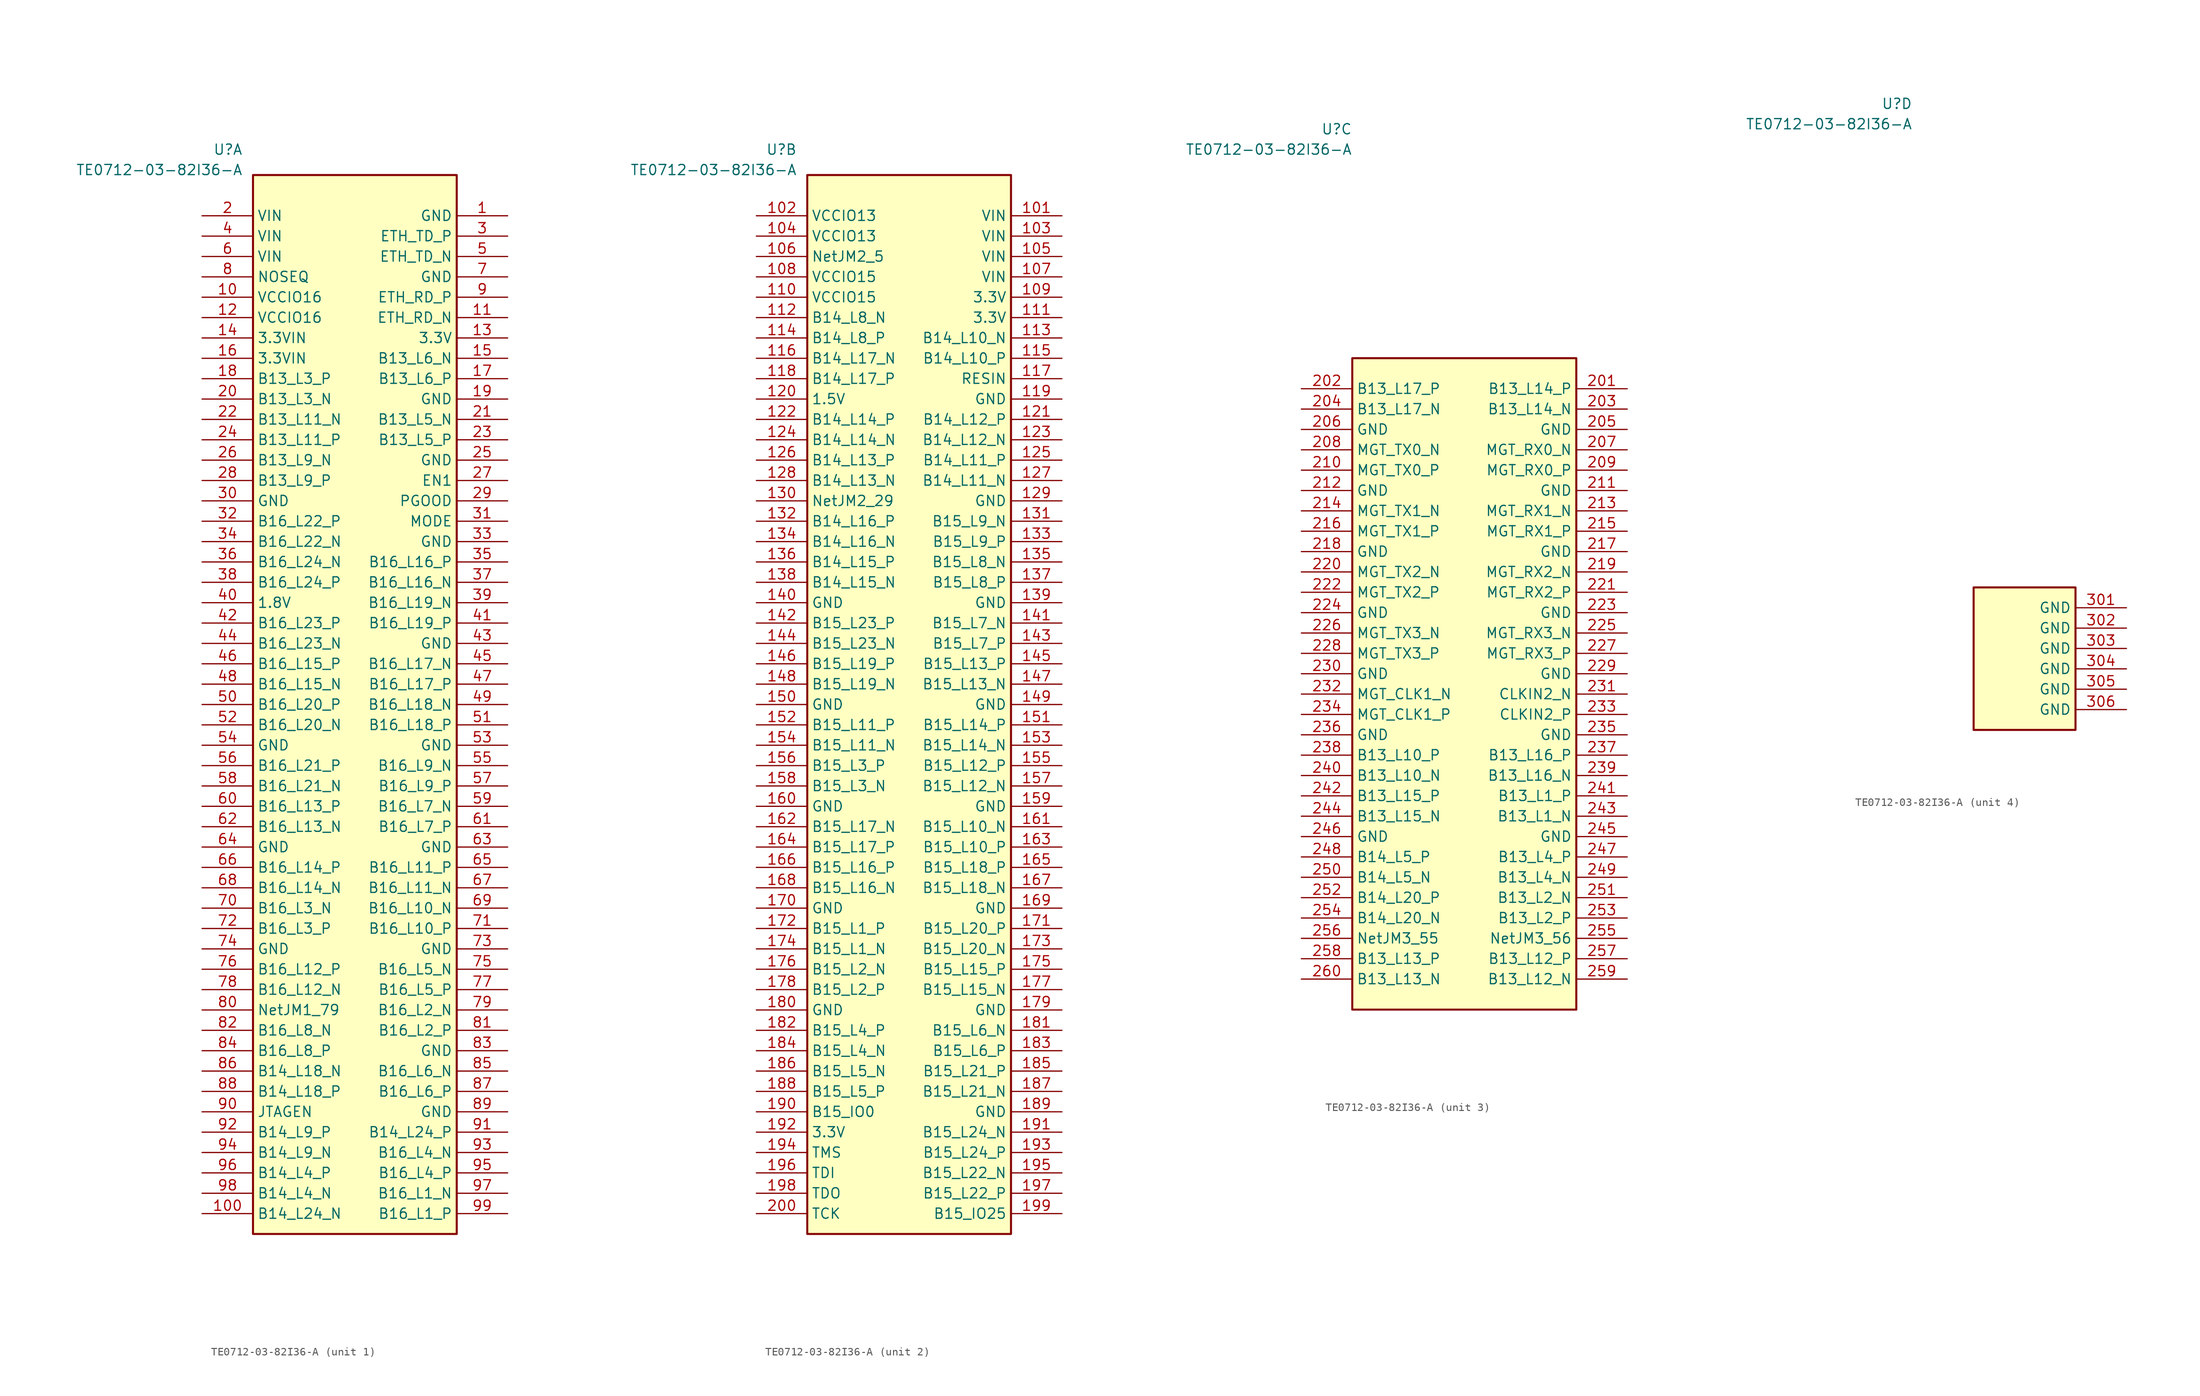
<source format=kicad_sym>
(kicad_symbol_lib
  (version 20241209)
  (generator "kicad_symbol_editor")
  (generator_version "8.0")
  (symbol "TE0712-03-82I36-A"
    (property "Reference" "U"
      (at -13.97 69.215 0)
      (effects (font (size 1.27 1.27)) (justify right) (hide no)))
    (property "Value" "TE0712-03-82I36-A"
      (at -13.97 66.675 0)
      (effects (font (size 1.27 1.27)) (justify right) (hide no)))
    (symbol "TE0712-03-82I36-A_1_1"
      (rectangle (start -12.7 -66.04) (end 12.7 66.04) (stroke (width 0.254) (type solid)) (fill (type background)))
      (pin passive line (at -19.05 60.96 0) (length 6.35) (name "VIN" (effects (font (size 1.27 1.27)))) (number "2" (effects (font (size 1.27 1.27)))))
      (pin passive line (at -19.05 58.42 0) (length 6.35) (name "VIN" (effects (font (size 1.27 1.27)))) (number "4" (effects (font (size 1.27 1.27)))))
      (pin passive line (at -19.05 55.88 0) (length 6.35) (name "VIN" (effects (font (size 1.27 1.27)))) (number "6" (effects (font (size 1.27 1.27)))))
      (pin passive line (at -19.05 53.34 0) (length 6.35) (name "NOSEQ" (effects (font (size 1.27 1.27)))) (number "8" (effects (font (size 1.27 1.27)))))
      (pin passive line (at -19.05 50.8 0) (length 6.35) (name "VCCIO16" (effects (font (size 1.27 1.27)))) (number "10" (effects (font (size 1.27 1.27)))))
      (pin passive line (at -19.05 48.26 0) (length 6.35) (name "VCCIO16" (effects (font (size 1.27 1.27)))) (number "12" (effects (font (size 1.27 1.27)))))
      (pin passive line (at -19.05 45.72 0) (length 6.35) (name "3.3VIN" (effects (font (size 1.27 1.27)))) (number "14" (effects (font (size 1.27 1.27)))))
      (pin passive line (at -19.05 43.18 0) (length 6.35) (name "3.3VIN" (effects (font (size 1.27 1.27)))) (number "16" (effects (font (size 1.27 1.27)))))
      (pin passive line (at -19.05 40.64 0) (length 6.35) (name "B13_L3_P" (effects (font (size 1.27 1.27)))) (number "18" (effects (font (size 1.27 1.27)))))
      (pin passive line (at -19.05 38.1 0) (length 6.35) (name "B13_L3_N" (effects (font (size 1.27 1.27)))) (number "20" (effects (font (size 1.27 1.27)))))
      (pin passive line (at -19.05 35.56 0) (length 6.35) (name "B13_L11_N" (effects (font (size 1.27 1.27)))) (number "22" (effects (font (size 1.27 1.27)))))
      (pin passive line (at -19.05 33.02 0) (length 6.35) (name "B13_L11_P" (effects (font (size 1.27 1.27)))) (number "24" (effects (font (size 1.27 1.27)))))
      (pin passive line (at -19.05 30.48 0) (length 6.35) (name "B13_L9_N" (effects (font (size 1.27 1.27)))) (number "26" (effects (font (size 1.27 1.27)))))
      (pin passive line (at -19.05 27.94 0) (length 6.35) (name "B13_L9_P" (effects (font (size 1.27 1.27)))) (number "28" (effects (font (size 1.27 1.27)))))
      (pin passive line (at -19.05 25.4 0) (length 6.35) (name "GND" (effects (font (size 1.27 1.27)))) (number "30" (effects (font (size 1.27 1.27)))))
      (pin passive line (at -19.05 22.86 0) (length 6.35) (name "B16_L22_P" (effects (font (size 1.27 1.27)))) (number "32" (effects (font (size 1.27 1.27)))))
      (pin passive line (at -19.05 20.32 0) (length 6.35) (name "B16_L22_N" (effects (font (size 1.27 1.27)))) (number "34" (effects (font (size 1.27 1.27)))))
      (pin passive line (at -19.05 17.78 0) (length 6.35) (name "B16_L24_N" (effects (font (size 1.27 1.27)))) (number "36" (effects (font (size 1.27 1.27)))))
      (pin passive line (at -19.05 15.24 0) (length 6.35) (name "B16_L24_P" (effects (font (size 1.27 1.27)))) (number "38" (effects (font (size 1.27 1.27)))))
      (pin passive line (at -19.05 12.7 0) (length 6.35) (name "1.8V" (effects (font (size 1.27 1.27)))) (number "40" (effects (font (size 1.27 1.27)))))
      (pin passive line (at -19.05 10.16 0) (length 6.35) (name "B16_L23_P" (effects (font (size 1.27 1.27)))) (number "42" (effects (font (size 1.27 1.27)))))
      (pin passive line (at -19.05 7.62 0) (length 6.35) (name "B16_L23_N" (effects (font (size 1.27 1.27)))) (number "44" (effects (font (size 1.27 1.27)))))
      (pin passive line (at -19.05 5.08 0) (length 6.35) (name "B16_L15_P" (effects (font (size 1.27 1.27)))) (number "46" (effects (font (size 1.27 1.27)))))
      (pin passive line (at -19.05 2.54 0) (length 6.35) (name "B16_L15_N" (effects (font (size 1.27 1.27)))) (number "48" (effects (font (size 1.27 1.27)))))
      (pin passive line (at -19.05 1.7763568394002505e-14 0) (length 6.35) (name "B16_L20_P" (effects (font (size 1.27 1.27)))) (number "50" (effects (font (size 1.27 1.27)))))
      (pin passive line (at -19.05 -2.54 0) (length 6.35) (name "B16_L20_N" (effects (font (size 1.27 1.27)))) (number "52" (effects (font (size 1.27 1.27)))))
      (pin passive line (at -19.05 -5.08 0) (length 6.35) (name "GND" (effects (font (size 1.27 1.27)))) (number "54" (effects (font (size 1.27 1.27)))))
      (pin passive line (at -19.05 -7.62 0) (length 6.35) (name "B16_L21_P" (effects (font (size 1.27 1.27)))) (number "56" (effects (font (size 1.27 1.27)))))
      (pin passive line (at -19.05 -10.16 0) (length 6.35) (name "B16_L21_N" (effects (font (size 1.27 1.27)))) (number "58" (effects (font (size 1.27 1.27)))))
      (pin passive line (at -19.05 -12.7 0) (length 6.35) (name "B16_L13_P" (effects (font (size 1.27 1.27)))) (number "60" (effects (font (size 1.27 1.27)))))
      (pin passive line (at -19.05 -15.24 0) (length 6.35) (name "B16_L13_N" (effects (font (size 1.27 1.27)))) (number "62" (effects (font (size 1.27 1.27)))))
      (pin passive line (at -19.05 -17.78 0) (length 6.35) (name "GND" (effects (font (size 1.27 1.27)))) (number "64" (effects (font (size 1.27 1.27)))))
      (pin passive line (at -19.05 -20.32 0) (length 6.35) (name "B16_L14_P" (effects (font (size 1.27 1.27)))) (number "66" (effects (font (size 1.27 1.27)))))
      (pin passive line (at -19.05 -22.86 0) (length 6.35) (name "B16_L14_N" (effects (font (size 1.27 1.27)))) (number "68" (effects (font (size 1.27 1.27)))))
      (pin passive line (at -19.05 -25.4 0) (length 6.35) (name "B16_L3_N" (effects (font (size 1.27 1.27)))) (number "70" (effects (font (size 1.27 1.27)))))
      (pin passive line (at -19.05 -27.94 0) (length 6.35) (name "B16_L3_P" (effects (font (size 1.27 1.27)))) (number "72" (effects (font (size 1.27 1.27)))))
      (pin passive line (at -19.05 -30.48 0) (length 6.35) (name "GND" (effects (font (size 1.27 1.27)))) (number "74" (effects (font (size 1.27 1.27)))))
      (pin passive line (at -19.05 -33.02 0) (length 6.35) (name "B16_L12_P" (effects (font (size 1.27 1.27)))) (number "76" (effects (font (size 1.27 1.27)))))
      (pin passive line (at -19.05 -35.56 0) (length 6.35) (name "B16_L12_N" (effects (font (size 1.27 1.27)))) (number "78" (effects (font (size 1.27 1.27)))))
      (pin passive line (at -19.05 -38.1 0) (length 6.35) (name "NetJM1_79" (effects (font (size 1.27 1.27)))) (number "80" (effects (font (size 1.27 1.27)))))
      (pin passive line (at -19.05 -40.64 0) (length 6.35) (name "B16_L8_N" (effects (font (size 1.27 1.27)))) (number "82" (effects (font (size 1.27 1.27)))))
      (pin passive line (at -19.05 -43.18 0) (length 6.35) (name "B16_L8_P" (effects (font (size 1.27 1.27)))) (number "84" (effects (font (size 1.27 1.27)))))
      (pin passive line (at -19.05 -45.72 0) (length 6.35) (name "B14_L18_N" (effects (font (size 1.27 1.27)))) (number "86" (effects (font (size 1.27 1.27)))))
      (pin passive line (at -19.05 -48.26 0) (length 6.35) (name "B14_L18_P" (effects (font (size 1.27 1.27)))) (number "88" (effects (font (size 1.27 1.27)))))
      (pin passive line (at -19.05 -50.8 0) (length 6.35) (name "JTAGEN" (effects (font (size 1.27 1.27)))) (number "90" (effects (font (size 1.27 1.27)))))
      (pin passive line (at -19.05 -53.34 0) (length 6.35) (name "B14_L9_P" (effects (font (size 1.27 1.27)))) (number "92" (effects (font (size 1.27 1.27)))))
      (pin passive line (at -19.05 -55.88 0) (length 6.35) (name "B14_L9_N" (effects (font (size 1.27 1.27)))) (number "94" (effects (font (size 1.27 1.27)))))
      (pin passive line (at -19.05 -58.42 0) (length 6.35) (name "B14_L4_P" (effects (font (size 1.27 1.27)))) (number "96" (effects (font (size 1.27 1.27)))))
      (pin passive line (at -19.05 -60.96 0) (length 6.35) (name "B14_L4_N" (effects (font (size 1.27 1.27)))) (number "98" (effects (font (size 1.27 1.27)))))
      (pin passive line (at -19.05 -63.5 0) (length 6.35) (name "B14_L24_N" (effects (font (size 1.27 1.27)))) (number "100" (effects (font (size 1.27 1.27)))))
      (pin passive line (at 19.05 60.96 180) (length 6.35) (name "GND" (effects (font (size 1.27 1.27)))) (number "1" (effects (font (size 1.27 1.27)))))
      (pin passive line (at 19.05 58.42 180) (length 6.35) (name "ETH_TD_P" (effects (font (size 1.27 1.27)))) (number "3" (effects (font (size 1.27 1.27)))))
      (pin passive line (at 19.05 55.88 180) (length 6.35) (name "ETH_TD_N" (effects (font (size 1.27 1.27)))) (number "5" (effects (font (size 1.27 1.27)))))
      (pin passive line (at 19.05 53.34 180) (length 6.35) (name "GND" (effects (font (size 1.27 1.27)))) (number "7" (effects (font (size 1.27 1.27)))))
      (pin passive line (at 19.05 50.8 180) (length 6.35) (name "ETH_RD_P" (effects (font (size 1.27 1.27)))) (number "9" (effects (font (size 1.27 1.27)))))
      (pin passive line (at 19.05 48.26 180) (length 6.35) (name "ETH_RD_N" (effects (font (size 1.27 1.27)))) (number "11" (effects (font (size 1.27 1.27)))))
      (pin passive line (at 19.05 45.72 180) (length 6.35) (name "3.3V" (effects (font (size 1.27 1.27)))) (number "13" (effects (font (size 1.27 1.27)))))
      (pin passive line (at 19.05 43.18 180) (length 6.35) (name "B13_L6_N" (effects (font (size 1.27 1.27)))) (number "15" (effects (font (size 1.27 1.27)))))
      (pin passive line (at 19.05 40.64 180) (length 6.35) (name "B13_L6_P" (effects (font (size 1.27 1.27)))) (number "17" (effects (font (size 1.27 1.27)))))
      (pin passive line (at 19.05 38.1 180) (length 6.35) (name "GND" (effects (font (size 1.27 1.27)))) (number "19" (effects (font (size 1.27 1.27)))))
      (pin passive line (at 19.05 35.56 180) (length 6.35) (name "B13_L5_N" (effects (font (size 1.27 1.27)))) (number "21" (effects (font (size 1.27 1.27)))))
      (pin passive line (at 19.05 33.02 180) (length 6.35) (name "B13_L5_P" (effects (font (size 1.27 1.27)))) (number "23" (effects (font (size 1.27 1.27)))))
      (pin passive line (at 19.05 30.48 180) (length 6.35) (name "GND" (effects (font (size 1.27 1.27)))) (number "25" (effects (font (size 1.27 1.27)))))
      (pin passive line (at 19.05 27.94 180) (length 6.35) (name "EN1" (effects (font (size 1.27 1.27)))) (number "27" (effects (font (size 1.27 1.27)))))
      (pin passive line (at 19.05 25.4 180) (length 6.35) (name "PGOOD" (effects (font (size 1.27 1.27)))) (number "29" (effects (font (size 1.27 1.27)))))
      (pin passive line (at 19.05 22.86 180) (length 6.35) (name "MODE" (effects (font (size 1.27 1.27)))) (number "31" (effects (font (size 1.27 1.27)))))
      (pin passive line (at 19.05 20.32 180) (length 6.35) (name "GND" (effects (font (size 1.27 1.27)))) (number "33" (effects (font (size 1.27 1.27)))))
      (pin passive line (at 19.05 17.78 180) (length 6.35) (name "B16_L16_P" (effects (font (size 1.27 1.27)))) (number "35" (effects (font (size 1.27 1.27)))))
      (pin passive line (at 19.05 15.24 180) (length 6.35) (name "B16_L16_N" (effects (font (size 1.27 1.27)))) (number "37" (effects (font (size 1.27 1.27)))))
      (pin passive line (at 19.05 12.7 180) (length 6.35) (name "B16_L19_N" (effects (font (size 1.27 1.27)))) (number "39" (effects (font (size 1.27 1.27)))))
      (pin passive line (at 19.05 10.16 180) (length 6.35) (name "B16_L19_P" (effects (font (size 1.27 1.27)))) (number "41" (effects (font (size 1.27 1.27)))))
      (pin passive line (at 19.05 7.62 180) (length 6.35) (name "GND" (effects (font (size 1.27 1.27)))) (number "43" (effects (font (size 1.27 1.27)))))
      (pin passive line (at 19.05 5.08 180) (length 6.35) (name "B16_L17_N" (effects (font (size 1.27 1.27)))) (number "45" (effects (font (size 1.27 1.27)))))
      (pin passive line (at 19.05 2.54 180) (length 6.35) (name "B16_L17_P" (effects (font (size 1.27 1.27)))) (number "47" (effects (font (size 1.27 1.27)))))
      (pin passive line (at 19.05 1.7763568394002505e-14 180) (length 6.35) (name "B16_L18_N" (effects (font (size 1.27 1.27)))) (number "49" (effects (font (size 1.27 1.27)))))
      (pin passive line (at 19.05 -2.54 180) (length 6.35) (name "B16_L18_P" (effects (font (size 1.27 1.27)))) (number "51" (effects (font (size 1.27 1.27)))))
      (pin passive line (at 19.05 -5.08 180) (length 6.35) (name "GND" (effects (font (size 1.27 1.27)))) (number "53" (effects (font (size 1.27 1.27)))))
      (pin passive line (at 19.05 -7.62 180) (length 6.35) (name "B16_L9_N" (effects (font (size 1.27 1.27)))) (number "55" (effects (font (size 1.27 1.27)))))
      (pin passive line (at 19.05 -10.16 180) (length 6.35) (name "B16_L9_P" (effects (font (size 1.27 1.27)))) (number "57" (effects (font (size 1.27 1.27)))))
      (pin passive line (at 19.05 -12.7 180) (length 6.35) (name "B16_L7_N" (effects (font (size 1.27 1.27)))) (number "59" (effects (font (size 1.27 1.27)))))
      (pin passive line (at 19.05 -15.24 180) (length 6.35) (name "B16_L7_P" (effects (font (size 1.27 1.27)))) (number "61" (effects (font (size 1.27 1.27)))))
      (pin passive line (at 19.05 -17.78 180) (length 6.35) (name "GND" (effects (font (size 1.27 1.27)))) (number "63" (effects (font (size 1.27 1.27)))))
      (pin passive line (at 19.05 -20.32 180) (length 6.35) (name "B16_L11_P" (effects (font (size 1.27 1.27)))) (number "65" (effects (font (size 1.27 1.27)))))
      (pin passive line (at 19.05 -22.86 180) (length 6.35) (name "B16_L11_N" (effects (font (size 1.27 1.27)))) (number "67" (effects (font (size 1.27 1.27)))))
      (pin passive line (at 19.05 -25.4 180) (length 6.35) (name "B16_L10_N" (effects (font (size 1.27 1.27)))) (number "69" (effects (font (size 1.27 1.27)))))
      (pin passive line (at 19.05 -27.94 180) (length 6.35) (name "B16_L10_P" (effects (font (size 1.27 1.27)))) (number "71" (effects (font (size 1.27 1.27)))))
      (pin passive line (at 19.05 -30.48 180) (length 6.35) (name "GND" (effects (font (size 1.27 1.27)))) (number "73" (effects (font (size 1.27 1.27)))))
      (pin passive line (at 19.05 -33.02 180) (length 6.35) (name "B16_L5_N" (effects (font (size 1.27 1.27)))) (number "75" (effects (font (size 1.27 1.27)))))
      (pin passive line (at 19.05 -35.56 180) (length 6.35) (name "B16_L5_P" (effects (font (size 1.27 1.27)))) (number "77" (effects (font (size 1.27 1.27)))))
      (pin passive line (at 19.05 -38.1 180) (length 6.35) (name "B16_L2_N" (effects (font (size 1.27 1.27)))) (number "79" (effects (font (size 1.27 1.27)))))
      (pin passive line (at 19.05 -40.64 180) (length 6.35) (name "B16_L2_P" (effects (font (size 1.27 1.27)))) (number "81" (effects (font (size 1.27 1.27)))))
      (pin passive line (at 19.05 -43.18 180) (length 6.35) (name "GND" (effects (font (size 1.27 1.27)))) (number "83" (effects (font (size 1.27 1.27)))))
      (pin passive line (at 19.05 -45.72 180) (length 6.35) (name "B16_L6_N" (effects (font (size 1.27 1.27)))) (number "85" (effects (font (size 1.27 1.27)))))
      (pin passive line (at 19.05 -48.26 180) (length 6.35) (name "B16_L6_P" (effects (font (size 1.27 1.27)))) (number "87" (effects (font (size 1.27 1.27)))))
      (pin passive line (at 19.05 -50.8 180) (length 6.35) (name "GND" (effects (font (size 1.27 1.27)))) (number "89" (effects (font (size 1.27 1.27)))))
      (pin passive line (at 19.05 -53.34 180) (length 6.35) (name "B14_L24_P" (effects (font (size 1.27 1.27)))) (number "91" (effects (font (size 1.27 1.27)))))
      (pin passive line (at 19.05 -55.88 180) (length 6.35) (name "B16_L4_N" (effects (font (size 1.27 1.27)))) (number "93" (effects (font (size 1.27 1.27)))))
      (pin passive line (at 19.05 -58.42 180) (length 6.35) (name "B16_L4_P" (effects (font (size 1.27 1.27)))) (number "95" (effects (font (size 1.27 1.27)))))
      (pin passive line (at 19.05 -60.96 180) (length 6.35) (name "B16_L1_N" (effects (font (size 1.27 1.27)))) (number "97" (effects (font (size 1.27 1.27)))))
      (pin passive line (at 19.05 -63.5 180) (length 6.35) (name "B16_L1_P" (effects (font (size 1.27 1.27)))) (number "99" (effects (font (size 1.27 1.27))))))
    (symbol "TE0712-03-82I36-A_2_1"
      (rectangle (start -12.7 -66.04) (end 12.7 66.04) (stroke (width 0.254) (type solid)) (fill (type background)))
      (pin passive line (at -19.05 60.96 0) (length 6.35) (name "VCCIO13" (effects (font (size 1.27 1.27)))) (number "102" (effects (font (size 1.27 1.27)))))
      (pin passive line (at -19.05 58.42 0) (length 6.35) (name "VCCIO13" (effects (font (size 1.27 1.27)))) (number "104" (effects (font (size 1.27 1.27)))))
      (pin passive line (at -19.05 55.88 0) (length 6.35) (name "NetJM2_5" (effects (font (size 1.27 1.27)))) (number "106" (effects (font (size 1.27 1.27)))))
      (pin passive line (at -19.05 53.34 0) (length 6.35) (name "VCCIO15" (effects (font (size 1.27 1.27)))) (number "108" (effects (font (size 1.27 1.27)))))
      (pin passive line (at -19.05 50.8 0) (length 6.35) (name "VCCIO15" (effects (font (size 1.27 1.27)))) (number "110" (effects (font (size 1.27 1.27)))))
      (pin passive line (at -19.05 48.26 0) (length 6.35) (name "B14_L8_N" (effects (font (size 1.27 1.27)))) (number "112" (effects (font (size 1.27 1.27)))))
      (pin passive line (at -19.05 45.72 0) (length 6.35) (name "B14_L8_P" (effects (font (size 1.27 1.27)))) (number "114" (effects (font (size 1.27 1.27)))))
      (pin passive line (at -19.05 43.18 0) (length 6.35) (name "B14_L17_N" (effects (font (size 1.27 1.27)))) (number "116" (effects (font (size 1.27 1.27)))))
      (pin passive line (at -19.05 40.64 0) (length 6.35) (name "B14_L17_P" (effects (font (size 1.27 1.27)))) (number "118" (effects (font (size 1.27 1.27)))))
      (pin passive line (at -19.05 38.1 0) (length 6.35) (name "1.5V" (effects (font (size 1.27 1.27)))) (number "120" (effects (font (size 1.27 1.27)))))
      (pin passive line (at -19.05 35.56 0) (length 6.35) (name "B14_L14_P" (effects (font (size 1.27 1.27)))) (number "122" (effects (font (size 1.27 1.27)))))
      (pin passive line (at -19.05 33.02 0) (length 6.35) (name "B14_L14_N" (effects (font (size 1.27 1.27)))) (number "124" (effects (font (size 1.27 1.27)))))
      (pin passive line (at -19.05 30.48 0) (length 6.35) (name "B14_L13_P" (effects (font (size 1.27 1.27)))) (number "126" (effects (font (size 1.27 1.27)))))
      (pin passive line (at -19.05 27.94 0) (length 6.35) (name "B14_L13_N" (effects (font (size 1.27 1.27)))) (number "128" (effects (font (size 1.27 1.27)))))
      (pin passive line (at -19.05 25.4 0) (length 6.35) (name "NetJM2_29" (effects (font (size 1.27 1.27)))) (number "130" (effects (font (size 1.27 1.27)))))
      (pin passive line (at -19.05 22.86 0) (length 6.35) (name "B14_L16_P" (effects (font (size 1.27 1.27)))) (number "132" (effects (font (size 1.27 1.27)))))
      (pin passive line (at -19.05 20.32 0) (length 6.35) (name "B14_L16_N" (effects (font (size 1.27 1.27)))) (number "134" (effects (font (size 1.27 1.27)))))
      (pin passive line (at -19.05 17.78 0) (length 6.35) (name "B14_L15_P" (effects (font (size 1.27 1.27)))) (number "136" (effects (font (size 1.27 1.27)))))
      (pin passive line (at -19.05 15.24 0) (length 6.35) (name "B14_L15_N" (effects (font (size 1.27 1.27)))) (number "138" (effects (font (size 1.27 1.27)))))
      (pin passive line (at -19.05 12.7 0) (length 6.35) (name "GND" (effects (font (size 1.27 1.27)))) (number "140" (effects (font (size 1.27 1.27)))))
      (pin passive line (at -19.05 10.16 0) (length 6.35) (name "B15_L23_P" (effects (font (size 1.27 1.27)))) (number "142" (effects (font (size 1.27 1.27)))))
      (pin passive line (at -19.05 7.62 0) (length 6.35) (name "B15_L23_N" (effects (font (size 1.27 1.27)))) (number "144" (effects (font (size 1.27 1.27)))))
      (pin passive line (at -19.05 5.08 0) (length 6.35) (name "B15_L19_P" (effects (font (size 1.27 1.27)))) (number "146" (effects (font (size 1.27 1.27)))))
      (pin passive line (at -19.05 2.54 0) (length 6.35) (name "B15_L19_N" (effects (font (size 1.27 1.27)))) (number "148" (effects (font (size 1.27 1.27)))))
      (pin passive line (at -19.05 1.7763568394002505e-14 0) (length 6.35) (name "GND" (effects (font (size 1.27 1.27)))) (number "150" (effects (font (size 1.27 1.27)))))
      (pin passive line (at -19.05 -2.54 0) (length 6.35) (name "B15_L11_P" (effects (font (size 1.27 1.27)))) (number "152" (effects (font (size 1.27 1.27)))))
      (pin passive line (at -19.05 -5.08 0) (length 6.35) (name "B15_L11_N" (effects (font (size 1.27 1.27)))) (number "154" (effects (font (size 1.27 1.27)))))
      (pin passive line (at -19.05 -7.62 0) (length 6.35) (name "B15_L3_P" (effects (font (size 1.27 1.27)))) (number "156" (effects (font (size 1.27 1.27)))))
      (pin passive line (at -19.05 -10.16 0) (length 6.35) (name "B15_L3_N" (effects (font (size 1.27 1.27)))) (number "158" (effects (font (size 1.27 1.27)))))
      (pin passive line (at -19.05 -12.7 0) (length 6.35) (name "GND" (effects (font (size 1.27 1.27)))) (number "160" (effects (font (size 1.27 1.27)))))
      (pin passive line (at -19.05 -15.24 0) (length 6.35) (name "B15_L17_N" (effects (font (size 1.27 1.27)))) (number "162" (effects (font (size 1.27 1.27)))))
      (pin passive line (at -19.05 -17.78 0) (length 6.35) (name "B15_L17_P" (effects (font (size 1.27 1.27)))) (number "164" (effects (font (size 1.27 1.27)))))
      (pin passive line (at -19.05 -20.32 0) (length 6.35) (name "B15_L16_P" (effects (font (size 1.27 1.27)))) (number "166" (effects (font (size 1.27 1.27)))))
      (pin passive line (at -19.05 -22.86 0) (length 6.35) (name "B15_L16_N" (effects (font (size 1.27 1.27)))) (number "168" (effects (font (size 1.27 1.27)))))
      (pin passive line (at -19.05 -25.4 0) (length 6.35) (name "GND" (effects (font (size 1.27 1.27)))) (number "170" (effects (font (size 1.27 1.27)))))
      (pin passive line (at -19.05 -27.94 0) (length 6.35) (name "B15_L1_P" (effects (font (size 1.27 1.27)))) (number "172" (effects (font (size 1.27 1.27)))))
      (pin passive line (at -19.05 -30.48 0) (length 6.35) (name "B15_L1_N" (effects (font (size 1.27 1.27)))) (number "174" (effects (font (size 1.27 1.27)))))
      (pin passive line (at -19.05 -33.02 0) (length 6.35) (name "B15_L2_N" (effects (font (size 1.27 1.27)))) (number "176" (effects (font (size 1.27 1.27)))))
      (pin passive line (at -19.05 -35.56 0) (length 6.35) (name "B15_L2_P" (effects (font (size 1.27 1.27)))) (number "178" (effects (font (size 1.27 1.27)))))
      (pin passive line (at -19.05 -38.1 0) (length 6.35) (name "GND" (effects (font (size 1.27 1.27)))) (number "180" (effects (font (size 1.27 1.27)))))
      (pin passive line (at -19.05 -40.64 0) (length 6.35) (name "B15_L4_P" (effects (font (size 1.27 1.27)))) (number "182" (effects (font (size 1.27 1.27)))))
      (pin passive line (at -19.05 -43.18 0) (length 6.35) (name "B15_L4_N" (effects (font (size 1.27 1.27)))) (number "184" (effects (font (size 1.27 1.27)))))
      (pin passive line (at -19.05 -45.72 0) (length 6.35) (name "B15_L5_N" (effects (font (size 1.27 1.27)))) (number "186" (effects (font (size 1.27 1.27)))))
      (pin passive line (at -19.05 -48.26 0) (length 6.35) (name "B15_L5_P" (effects (font (size 1.27 1.27)))) (number "188" (effects (font (size 1.27 1.27)))))
      (pin passive line (at -19.05 -50.8 0) (length 6.35) (name "B15_IO0" (effects (font (size 1.27 1.27)))) (number "190" (effects (font (size 1.27 1.27)))))
      (pin passive line (at -19.05 -53.34 0) (length 6.35) (name "3.3V" (effects (font (size 1.27 1.27)))) (number "192" (effects (font (size 1.27 1.27)))))
      (pin passive line (at -19.05 -55.88 0) (length 6.35) (name "TMS" (effects (font (size 1.27 1.27)))) (number "194" (effects (font (size 1.27 1.27)))))
      (pin passive line (at -19.05 -58.42 0) (length 6.35) (name "TDI" (effects (font (size 1.27 1.27)))) (number "196" (effects (font (size 1.27 1.27)))))
      (pin passive line (at -19.05 -60.96 0) (length 6.35) (name "TDO" (effects (font (size 1.27 1.27)))) (number "198" (effects (font (size 1.27 1.27)))))
      (pin passive line (at -19.05 -63.5 0) (length 6.35) (name "TCK" (effects (font (size 1.27 1.27)))) (number "200" (effects (font (size 1.27 1.27)))))
      (pin passive line (at 19.05 60.96 180) (length 6.35) (name "VIN" (effects (font (size 1.27 1.27)))) (number "101" (effects (font (size 1.27 1.27)))))
      (pin passive line (at 19.05 58.42 180) (length 6.35) (name "VIN" (effects (font (size 1.27 1.27)))) (number "103" (effects (font (size 1.27 1.27)))))
      (pin passive line (at 19.05 55.88 180) (length 6.35) (name "VIN" (effects (font (size 1.27 1.27)))) (number "105" (effects (font (size 1.27 1.27)))))
      (pin passive line (at 19.05 53.34 180) (length 6.35) (name "VIN" (effects (font (size 1.27 1.27)))) (number "107" (effects (font (size 1.27 1.27)))))
      (pin passive line (at 19.05 50.8 180) (length 6.35) (name "3.3V" (effects (font (size 1.27 1.27)))) (number "109" (effects (font (size 1.27 1.27)))))
      (pin passive line (at 19.05 48.26 180) (length 6.35) (name "3.3V" (effects (font (size 1.27 1.27)))) (number "111" (effects (font (size 1.27 1.27)))))
      (pin passive line (at 19.05 45.72 180) (length 6.35) (name "B14_L10_N" (effects (font (size 1.27 1.27)))) (number "113" (effects (font (size 1.27 1.27)))))
      (pin passive line (at 19.05 43.18 180) (length 6.35) (name "B14_L10_P" (effects (font (size 1.27 1.27)))) (number "115" (effects (font (size 1.27 1.27)))))
      (pin passive line (at 19.05 40.64 180) (length 6.35) (name "RESIN" (effects (font (size 1.27 1.27)))) (number "117" (effects (font (size 1.27 1.27)))))
      (pin passive line (at 19.05 38.1 180) (length 6.35) (name "GND" (effects (font (size 1.27 1.27)))) (number "119" (effects (font (size 1.27 1.27)))))
      (pin passive line (at 19.05 35.56 180) (length 6.35) (name "B14_L12_P" (effects (font (size 1.27 1.27)))) (number "121" (effects (font (size 1.27 1.27)))))
      (pin passive line (at 19.05 33.02 180) (length 6.35) (name "B14_L12_N" (effects (font (size 1.27 1.27)))) (number "123" (effects (font (size 1.27 1.27)))))
      (pin passive line (at 19.05 30.48 180) (length 6.35) (name "B14_L11_P" (effects (font (size 1.27 1.27)))) (number "125" (effects (font (size 1.27 1.27)))))
      (pin passive line (at 19.05 27.94 180) (length 6.35) (name "B14_L11_N" (effects (font (size 1.27 1.27)))) (number "127" (effects (font (size 1.27 1.27)))))
      (pin passive line (at 19.05 25.4 180) (length 6.35) (name "GND" (effects (font (size 1.27 1.27)))) (number "129" (effects (font (size 1.27 1.27)))))
      (pin passive line (at 19.05 22.86 180) (length 6.35) (name "B15_L9_N" (effects (font (size 1.27 1.27)))) (number "131" (effects (font (size 1.27 1.27)))))
      (pin passive line (at 19.05 20.32 180) (length 6.35) (name "B15_L9_P" (effects (font (size 1.27 1.27)))) (number "133" (effects (font (size 1.27 1.27)))))
      (pin passive line (at 19.05 17.78 180) (length 6.35) (name "B15_L8_N" (effects (font (size 1.27 1.27)))) (number "135" (effects (font (size 1.27 1.27)))))
      (pin passive line (at 19.05 15.24 180) (length 6.35) (name "B15_L8_P" (effects (font (size 1.27 1.27)))) (number "137" (effects (font (size 1.27 1.27)))))
      (pin passive line (at 19.05 12.7 180) (length 6.35) (name "GND" (effects (font (size 1.27 1.27)))) (number "139" (effects (font (size 1.27 1.27)))))
      (pin passive line (at 19.05 10.16 180) (length 6.35) (name "B15_L7_N" (effects (font (size 1.27 1.27)))) (number "141" (effects (font (size 1.27 1.27)))))
      (pin passive line (at 19.05 7.62 180) (length 6.35) (name "B15_L7_P" (effects (font (size 1.27 1.27)))) (number "143" (effects (font (size 1.27 1.27)))))
      (pin passive line (at 19.05 5.08 180) (length 6.35) (name "B15_L13_P" (effects (font (size 1.27 1.27)))) (number "145" (effects (font (size 1.27 1.27)))))
      (pin passive line (at 19.05 2.54 180) (length 6.35) (name "B15_L13_N" (effects (font (size 1.27 1.27)))) (number "147" (effects (font (size 1.27 1.27)))))
      (pin passive line (at 19.05 1.7763568394002505e-14 180) (length 6.35) (name "GND" (effects (font (size 1.27 1.27)))) (number "149" (effects (font (size 1.27 1.27)))))
      (pin passive line (at 19.05 -2.54 180) (length 6.35) (name "B15_L14_P" (effects (font (size 1.27 1.27)))) (number "151" (effects (font (size 1.27 1.27)))))
      (pin passive line (at 19.05 -5.08 180) (length 6.35) (name "B15_L14_N" (effects (font (size 1.27 1.27)))) (number "153" (effects (font (size 1.27 1.27)))))
      (pin passive line (at 19.05 -7.62 180) (length 6.35) (name "B15_L12_P" (effects (font (size 1.27 1.27)))) (number "155" (effects (font (size 1.27 1.27)))))
      (pin passive line (at 19.05 -10.16 180) (length 6.35) (name "B15_L12_N" (effects (font (size 1.27 1.27)))) (number "157" (effects (font (size 1.27 1.27)))))
      (pin passive line (at 19.05 -12.7 180) (length 6.35) (name "GND" (effects (font (size 1.27 1.27)))) (number "159" (effects (font (size 1.27 1.27)))))
      (pin passive line (at 19.05 -15.24 180) (length 6.35) (name "B15_L10_N" (effects (font (size 1.27 1.27)))) (number "161" (effects (font (size 1.27 1.27)))))
      (pin passive line (at 19.05 -17.78 180) (length 6.35) (name "B15_L10_P" (effects (font (size 1.27 1.27)))) (number "163" (effects (font (size 1.27 1.27)))))
      (pin passive line (at 19.05 -20.32 180) (length 6.35) (name "B15_L18_P" (effects (font (size 1.27 1.27)))) (number "165" (effects (font (size 1.27 1.27)))))
      (pin passive line (at 19.05 -22.86 180) (length 6.35) (name "B15_L18_N" (effects (font (size 1.27 1.27)))) (number "167" (effects (font (size 1.27 1.27)))))
      (pin passive line (at 19.05 -25.4 180) (length 6.35) (name "GND" (effects (font (size 1.27 1.27)))) (number "169" (effects (font (size 1.27 1.27)))))
      (pin passive line (at 19.05 -27.94 180) (length 6.35) (name "B15_L20_P" (effects (font (size 1.27 1.27)))) (number "171" (effects (font (size 1.27 1.27)))))
      (pin passive line (at 19.05 -30.48 180) (length 6.35) (name "B15_L20_N" (effects (font (size 1.27 1.27)))) (number "173" (effects (font (size 1.27 1.27)))))
      (pin passive line (at 19.05 -33.02 180) (length 6.35) (name "B15_L15_P" (effects (font (size 1.27 1.27)))) (number "175" (effects (font (size 1.27 1.27)))))
      (pin passive line (at 19.05 -35.56 180) (length 6.35) (name "B15_L15_N" (effects (font (size 1.27 1.27)))) (number "177" (effects (font (size 1.27 1.27)))))
      (pin passive line (at 19.05 -38.1 180) (length 6.35) (name "GND" (effects (font (size 1.27 1.27)))) (number "179" (effects (font (size 1.27 1.27)))))
      (pin passive line (at 19.05 -40.64 180) (length 6.35) (name "B15_L6_N" (effects (font (size 1.27 1.27)))) (number "181" (effects (font (size 1.27 1.27)))))
      (pin passive line (at 19.05 -43.18 180) (length 6.35) (name "B15_L6_P" (effects (font (size 1.27 1.27)))) (number "183" (effects (font (size 1.27 1.27)))))
      (pin passive line (at 19.05 -45.72 180) (length 6.35) (name "B15_L21_P" (effects (font (size 1.27 1.27)))) (number "185" (effects (font (size 1.27 1.27)))))
      (pin passive line (at 19.05 -48.26 180) (length 6.35) (name "B15_L21_N" (effects (font (size 1.27 1.27)))) (number "187" (effects (font (size 1.27 1.27)))))
      (pin passive line (at 19.05 -50.8 180) (length 6.35) (name "GND" (effects (font (size 1.27 1.27)))) (number "189" (effects (font (size 1.27 1.27)))))
      (pin passive line (at 19.05 -53.34 180) (length 6.35) (name "B15_L24_N" (effects (font (size 1.27 1.27)))) (number "191" (effects (font (size 1.27 1.27)))))
      (pin passive line (at 19.05 -55.88 180) (length 6.35) (name "B15_L24_P" (effects (font (size 1.27 1.27)))) (number "193" (effects (font (size 1.27 1.27)))))
      (pin passive line (at 19.05 -58.42 180) (length 6.35) (name "B15_L22_N" (effects (font (size 1.27 1.27)))) (number "195" (effects (font (size 1.27 1.27)))))
      (pin passive line (at 19.05 -60.96 180) (length 6.35) (name "B15_L22_P" (effects (font (size 1.27 1.27)))) (number "197" (effects (font (size 1.27 1.27)))))
      (pin passive line (at 19.05 -63.5 180) (length 6.35) (name "B15_IO25" (effects (font (size 1.27 1.27)))) (number "199" (effects (font (size 1.27 1.27))))))
    (symbol "TE0712-03-82I36-A_3_1"
      (rectangle (start -13.97 -40.64) (end 13.97 40.64) (stroke (width 0.254) (type solid)) (fill (type background)))
      (pin passive line (at -20.32 36.83 0) (length 6.35) (name "B13_L17_P" (effects (font (size 1.27 1.27)))) (number "202" (effects (font (size 1.27 1.27)))))
      (pin passive line (at -20.32 34.29 0) (length 6.35) (name "B13_L17_N" (effects (font (size 1.27 1.27)))) (number "204" (effects (font (size 1.27 1.27)))))
      (pin passive line (at -20.32 31.75 0) (length 6.35) (name "GND" (effects (font (size 1.27 1.27)))) (number "206" (effects (font (size 1.27 1.27)))))
      (pin passive line (at -20.32 29.21 0) (length 6.35) (name "MGT_TX0_N" (effects (font (size 1.27 1.27)))) (number "208" (effects (font (size 1.27 1.27)))))
      (pin passive line (at -20.32 26.67 0) (length 6.35) (name "MGT_TX0_P" (effects (font (size 1.27 1.27)))) (number "210" (effects (font (size 1.27 1.27)))))
      (pin passive line (at -20.32 24.13 0) (length 6.35) (name "GND" (effects (font (size 1.27 1.27)))) (number "212" (effects (font (size 1.27 1.27)))))
      (pin passive line (at -20.32 21.59 0) (length 6.35) (name "MGT_TX1_N" (effects (font (size 1.27 1.27)))) (number "214" (effects (font (size 1.27 1.27)))))
      (pin passive line (at -20.32 19.05 0) (length 6.35) (name "MGT_TX1_P" (effects (font (size 1.27 1.27)))) (number "216" (effects (font (size 1.27 1.27)))))
      (pin passive line (at -20.32 16.51 0) (length 6.35) (name "GND" (effects (font (size 1.27 1.27)))) (number "218" (effects (font (size 1.27 1.27)))))
      (pin passive line (at -20.32 13.97 0) (length 6.35) (name "MGT_TX2_N" (effects (font (size 1.27 1.27)))) (number "220" (effects (font (size 1.27 1.27)))))
      (pin passive line (at -20.32 11.43 0) (length 6.35) (name "MGT_TX2_P" (effects (font (size 1.27 1.27)))) (number "222" (effects (font (size 1.27 1.27)))))
      (pin passive line (at -20.32 8.89 0) (length 6.35) (name "GND" (effects (font (size 1.27 1.27)))) (number "224" (effects (font (size 1.27 1.27)))))
      (pin passive line (at -20.32 6.35 0) (length 6.35) (name "MGT_TX3_N" (effects (font (size 1.27 1.27)))) (number "226" (effects (font (size 1.27 1.27)))))
      (pin passive line (at -20.32 3.81 0) (length 6.35) (name "MGT_TX3_P" (effects (font (size 1.27 1.27)))) (number "228" (effects (font (size 1.27 1.27)))))
      (pin passive line (at -20.32 1.27 0) (length 6.35) (name "GND" (effects (font (size 1.27 1.27)))) (number "230" (effects (font (size 1.27 1.27)))))
      (pin passive line (at -20.32 -1.27 0) (length 6.35) (name "MGT_CLK1_N" (effects (font (size 1.27 1.27)))) (number "232" (effects (font (size 1.27 1.27)))))
      (pin passive line (at -20.32 -3.81 0) (length 6.35) (name "MGT_CLK1_P" (effects (font (size 1.27 1.27)))) (number "234" (effects (font (size 1.27 1.27)))))
      (pin passive line (at -20.32 -6.35 0) (length 6.35) (name "GND" (effects (font (size 1.27 1.27)))) (number "236" (effects (font (size 1.27 1.27)))))
      (pin passive line (at -20.32 -8.89 0) (length 6.35) (name "B13_L10_P" (effects (font (size 1.27 1.27)))) (number "238" (effects (font (size 1.27 1.27)))))
      (pin passive line (at -20.32 -11.43 0) (length 6.35) (name "B13_L10_N" (effects (font (size 1.27 1.27)))) (number "240" (effects (font (size 1.27 1.27)))))
      (pin passive line (at -20.32 -13.97 0) (length 6.35) (name "B13_L15_P" (effects (font (size 1.27 1.27)))) (number "242" (effects (font (size 1.27 1.27)))))
      (pin passive line (at -20.32 -16.51 0) (length 6.35) (name "B13_L15_N" (effects (font (size 1.27 1.27)))) (number "244" (effects (font (size 1.27 1.27)))))
      (pin passive line (at -20.32 -19.05 0) (length 6.35) (name "GND" (effects (font (size 1.27 1.27)))) (number "246" (effects (font (size 1.27 1.27)))))
      (pin passive line (at -20.32 -21.59 0) (length 6.35) (name "B14_L5_P" (effects (font (size 1.27 1.27)))) (number "248" (effects (font (size 1.27 1.27)))))
      (pin passive line (at -20.32 -24.13 0) (length 6.35) (name "B14_L5_N" (effects (font (size 1.27 1.27)))) (number "250" (effects (font (size 1.27 1.27)))))
      (pin passive line (at -20.32 -26.67 0) (length 6.35) (name "B14_L20_P" (effects (font (size 1.27 1.27)))) (number "252" (effects (font (size 1.27 1.27)))))
      (pin passive line (at -20.32 -29.21 0) (length 6.35) (name "B14_L20_N" (effects (font (size 1.27 1.27)))) (number "254" (effects (font (size 1.27 1.27)))))
      (pin passive line (at -20.32 -31.75 0) (length 6.35) (name "NetJM3_55" (effects (font (size 1.27 1.27)))) (number "256" (effects (font (size 1.27 1.27)))))
      (pin passive line (at -20.32 -34.29 0) (length 6.35) (name "B13_L13_P" (effects (font (size 1.27 1.27)))) (number "258" (effects (font (size 1.27 1.27)))))
      (pin passive line (at -20.32 -36.83 0) (length 6.35) (name "B13_L13_N" (effects (font (size 1.27 1.27)))) (number "260" (effects (font (size 1.27 1.27)))))
      (pin passive line (at 20.32 36.83 180) (length 6.35) (name "B13_L14_P" (effects (font (size 1.27 1.27)))) (number "201" (effects (font (size 1.27 1.27)))))
      (pin passive line (at 20.32 34.29 180) (length 6.35) (name "B13_L14_N" (effects (font (size 1.27 1.27)))) (number "203" (effects (font (size 1.27 1.27)))))
      (pin passive line (at 20.32 31.75 180) (length 6.35) (name "GND" (effects (font (size 1.27 1.27)))) (number "205" (effects (font (size 1.27 1.27)))))
      (pin passive line (at 20.32 29.21 180) (length 6.35) (name "MGT_RX0_N" (effects (font (size 1.27 1.27)))) (number "207" (effects (font (size 1.27 1.27)))))
      (pin passive line (at 20.32 26.67 180) (length 6.35) (name "MGT_RX0_P" (effects (font (size 1.27 1.27)))) (number "209" (effects (font (size 1.27 1.27)))))
      (pin passive line (at 20.32 24.13 180) (length 6.35) (name "GND" (effects (font (size 1.27 1.27)))) (number "211" (effects (font (size 1.27 1.27)))))
      (pin passive line (at 20.32 21.59 180) (length 6.35) (name "MGT_RX1_N" (effects (font (size 1.27 1.27)))) (number "213" (effects (font (size 1.27 1.27)))))
      (pin passive line (at 20.32 19.05 180) (length 6.35) (name "MGT_RX1_P" (effects (font (size 1.27 1.27)))) (number "215" (effects (font (size 1.27 1.27)))))
      (pin passive line (at 20.32 16.51 180) (length 6.35) (name "GND" (effects (font (size 1.27 1.27)))) (number "217" (effects (font (size 1.27 1.27)))))
      (pin passive line (at 20.32 13.97 180) (length 6.35) (name "MGT_RX2_N" (effects (font (size 1.27 1.27)))) (number "219" (effects (font (size 1.27 1.27)))))
      (pin passive line (at 20.32 11.43 180) (length 6.35) (name "MGT_RX2_P" (effects (font (size 1.27 1.27)))) (number "221" (effects (font (size 1.27 1.27)))))
      (pin passive line (at 20.32 8.89 180) (length 6.35) (name "GND" (effects (font (size 1.27 1.27)))) (number "223" (effects (font (size 1.27 1.27)))))
      (pin passive line (at 20.32 6.35 180) (length 6.35) (name "MGT_RX3_N" (effects (font (size 1.27 1.27)))) (number "225" (effects (font (size 1.27 1.27)))))
      (pin passive line (at 20.32 3.81 180) (length 6.35) (name "MGT_RX3_P" (effects (font (size 1.27 1.27)))) (number "227" (effects (font (size 1.27 1.27)))))
      (pin passive line (at 20.32 1.27 180) (length 6.35) (name "GND" (effects (font (size 1.27 1.27)))) (number "229" (effects (font (size 1.27 1.27)))))
      (pin passive line (at 20.32 -1.27 180) (length 6.35) (name "CLKIN2_N" (effects (font (size 1.27 1.27)))) (number "231" (effects (font (size 1.27 1.27)))))
      (pin passive line (at 20.32 -3.81 180) (length 6.35) (name "CLKIN2_P" (effects (font (size 1.27 1.27)))) (number "233" (effects (font (size 1.27 1.27)))))
      (pin passive line (at 20.32 -6.35 180) (length 6.35) (name "GND" (effects (font (size 1.27 1.27)))) (number "235" (effects (font (size 1.27 1.27)))))
      (pin passive line (at 20.32 -8.89 180) (length 6.35) (name "B13_L16_P" (effects (font (size 1.27 1.27)))) (number "237" (effects (font (size 1.27 1.27)))))
      (pin passive line (at 20.32 -11.43 180) (length 6.35) (name "B13_L16_N" (effects (font (size 1.27 1.27)))) (number "239" (effects (font (size 1.27 1.27)))))
      (pin passive line (at 20.32 -13.97 180) (length 6.35) (name "B13_L1_P" (effects (font (size 1.27 1.27)))) (number "241" (effects (font (size 1.27 1.27)))))
      (pin passive line (at 20.32 -16.51 180) (length 6.35) (name "B13_L1_N" (effects (font (size 1.27 1.27)))) (number "243" (effects (font (size 1.27 1.27)))))
      (pin passive line (at 20.32 -19.05 180) (length 6.35) (name "GND" (effects (font (size 1.27 1.27)))) (number "245" (effects (font (size 1.27 1.27)))))
      (pin passive line (at 20.32 -21.59 180) (length 6.35) (name "B13_L4_P" (effects (font (size 1.27 1.27)))) (number "247" (effects (font (size 1.27 1.27)))))
      (pin passive line (at 20.32 -24.13 180) (length 6.35) (name "B13_L4_N" (effects (font (size 1.27 1.27)))) (number "249" (effects (font (size 1.27 1.27)))))
      (pin passive line (at 20.32 -26.67 180) (length 6.35) (name "B13_L2_N" (effects (font (size 1.27 1.27)))) (number "251" (effects (font (size 1.27 1.27)))))
      (pin passive line (at 20.32 -29.21 180) (length 6.35) (name "B13_L2_P" (effects (font (size 1.27 1.27)))) (number "253" (effects (font (size 1.27 1.27)))))
      (pin passive line (at 20.32 -31.75 180) (length 6.35) (name "NetJM3_56" (effects (font (size 1.27 1.27)))) (number "255" (effects (font (size 1.27 1.27)))))
      (pin passive line (at 20.32 -34.29 180) (length 6.35) (name "B13_L12_P" (effects (font (size 1.27 1.27)))) (number "257" (effects (font (size 1.27 1.27)))))
      (pin passive line (at 20.32 -36.83 180) (length 6.35) (name "B13_L12_N" (effects (font (size 1.27 1.27)))) (number "259" (effects (font (size 1.27 1.27))))))
    (symbol "TE0712-03-82I36-A_4_1"
      (rectangle (start -6.35 -8.89) (end 6.35 8.89) (stroke (width 0.254) (type solid)) (fill (type background)))
      (pin passive line (at 12.7 6.35 180) (length 6.35) (name "GND" (effects (font (size 1.27 1.27)))) (number "301" (effects (font (size 1.27 1.27)))))
      (pin passive line (at 12.7 3.81 180) (length 6.35) (name "GND" (effects (font (size 1.27 1.27)))) (number "302" (effects (font (size 1.27 1.27)))))
      (pin passive line (at 12.7 1.27 180) (length 6.35) (name "GND" (effects (font (size 1.27 1.27)))) (number "303" (effects (font (size 1.27 1.27)))))
      (pin passive line (at 12.7 -1.27 180) (length 6.35) (name "GND" (effects (font (size 1.27 1.27)))) (number "304" (effects (font (size 1.27 1.27)))))
      (pin passive line (at 12.7 -3.81 180) (length 6.35) (name "GND" (effects (font (size 1.27 1.27)))) (number "305" (effects (font (size 1.27 1.27)))))
      (pin passive line (at 12.7 -6.35 180) (length 6.35) (name "GND" (effects (font (size 1.27 1.27)))) (number "306" (effects (font (size 1.27 1.27))))))))
</source>
